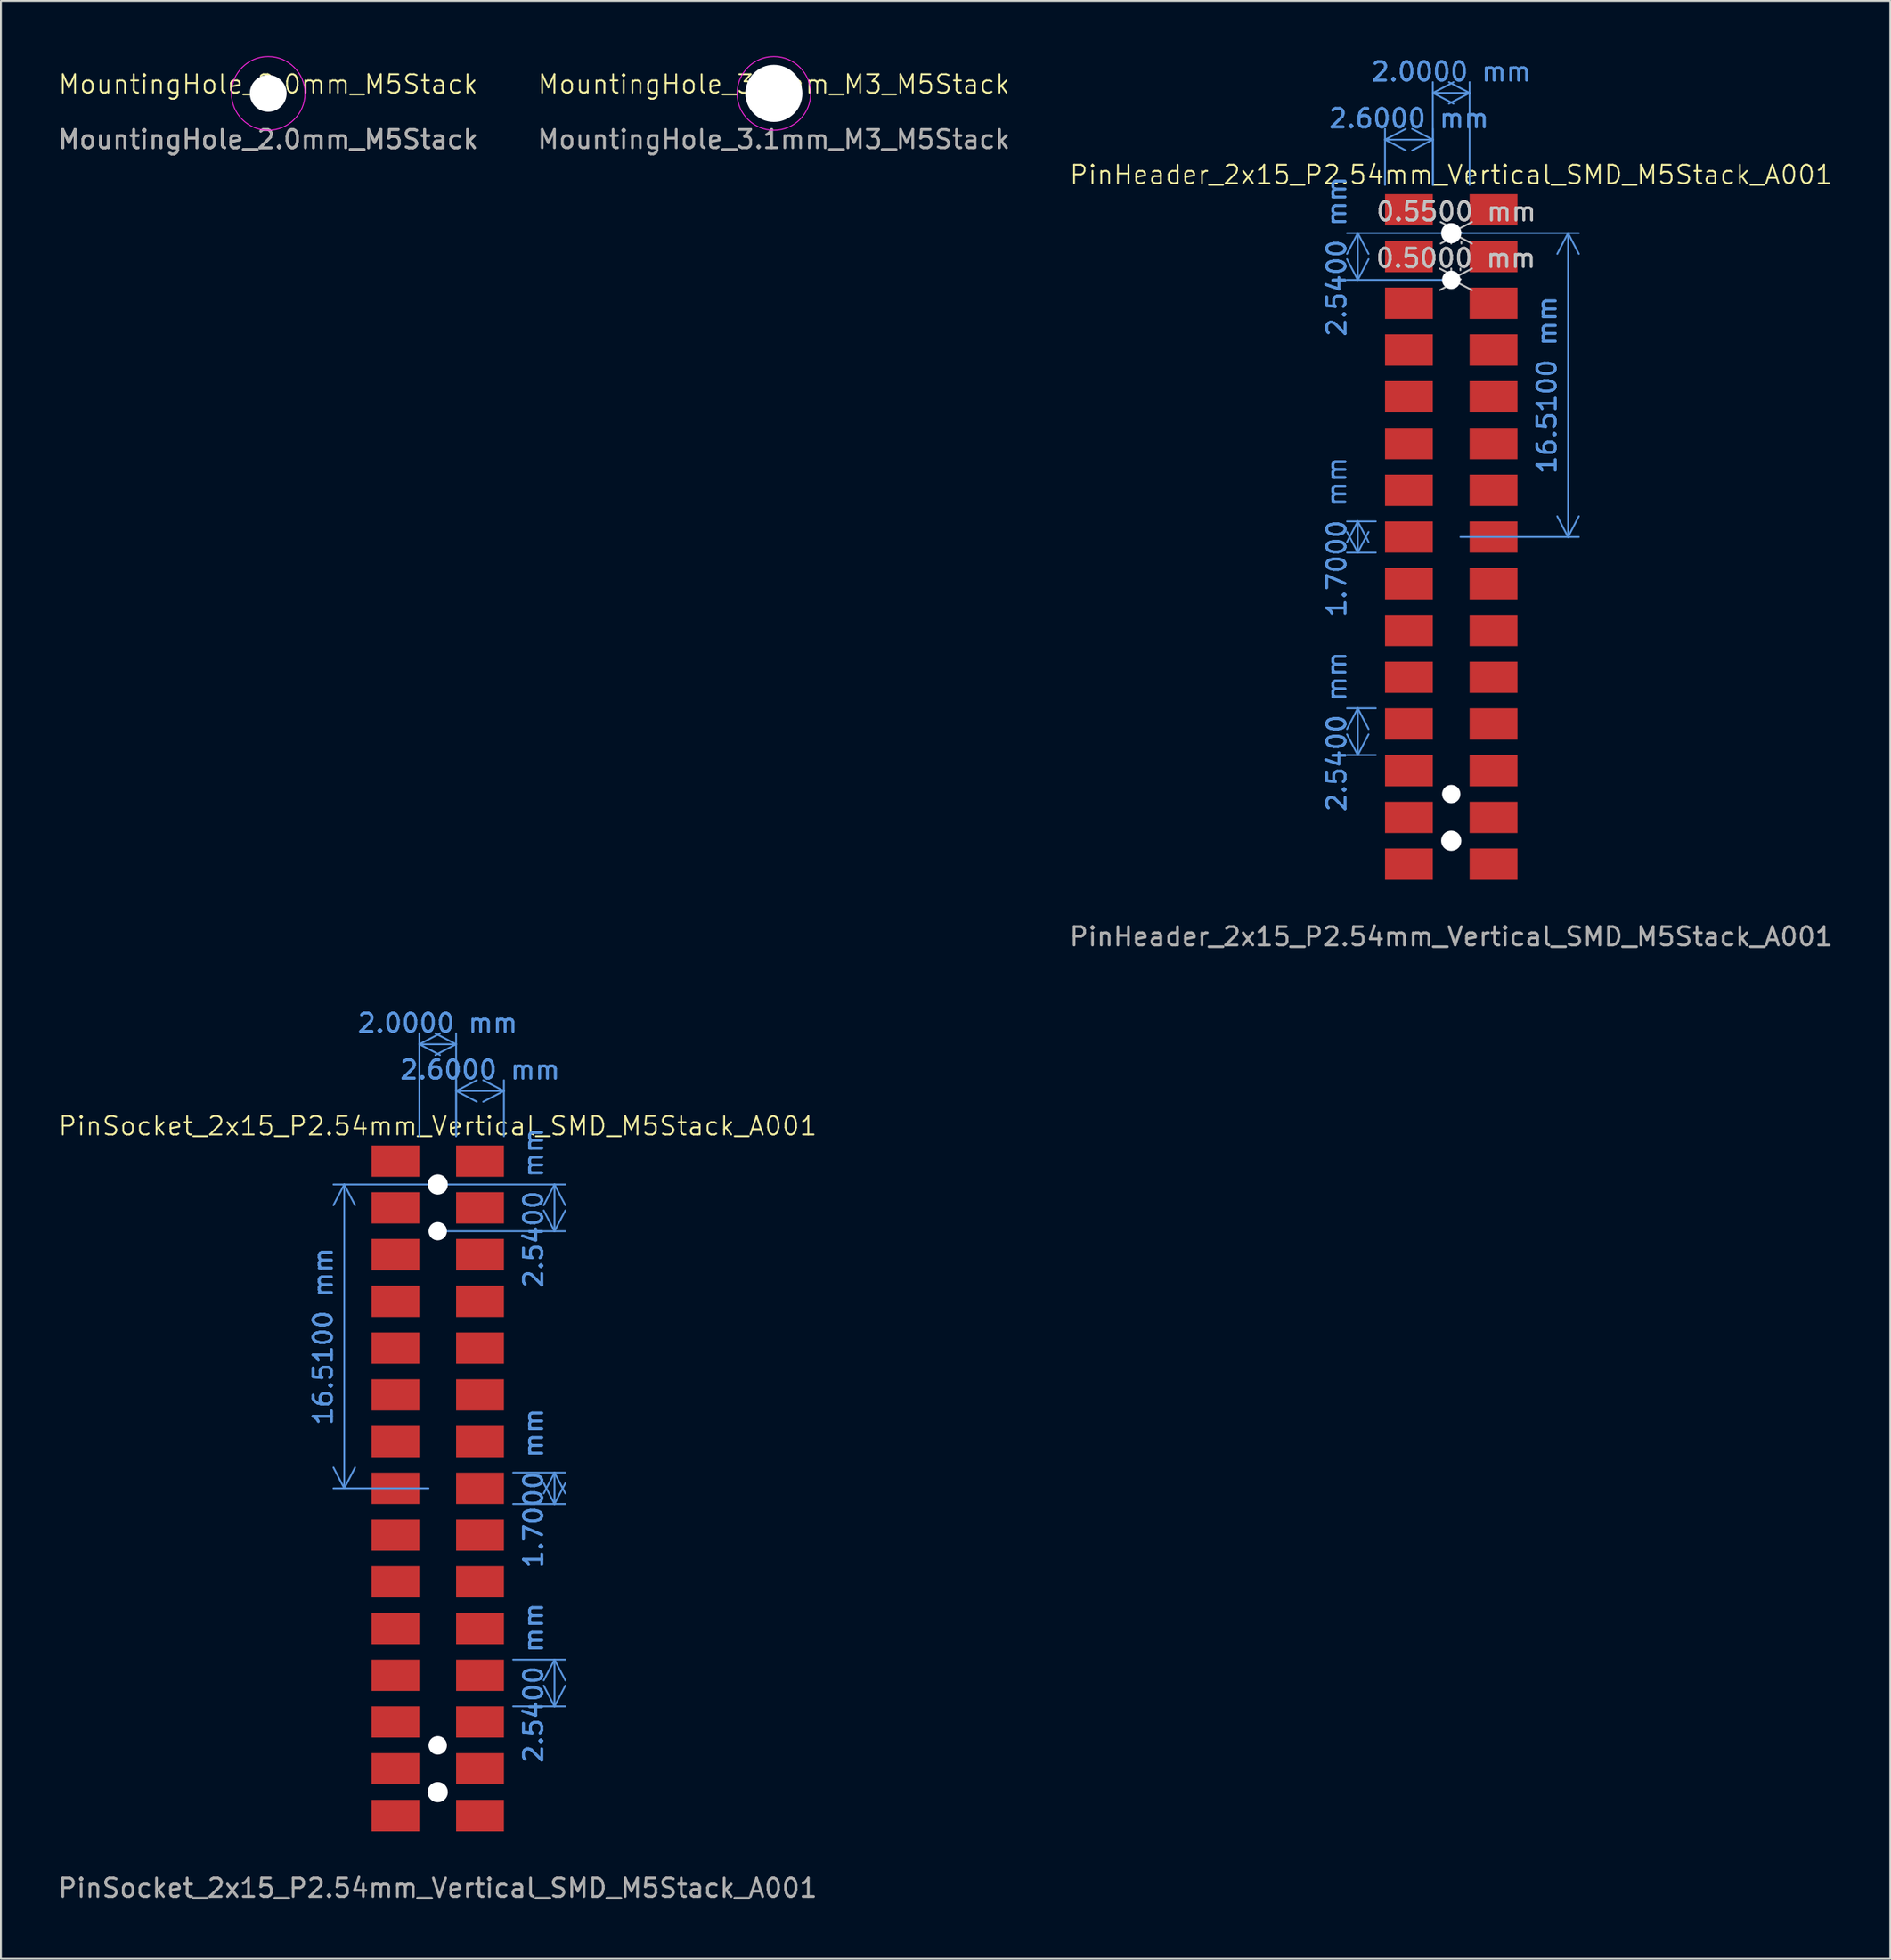
<source format=kicad_pcb>
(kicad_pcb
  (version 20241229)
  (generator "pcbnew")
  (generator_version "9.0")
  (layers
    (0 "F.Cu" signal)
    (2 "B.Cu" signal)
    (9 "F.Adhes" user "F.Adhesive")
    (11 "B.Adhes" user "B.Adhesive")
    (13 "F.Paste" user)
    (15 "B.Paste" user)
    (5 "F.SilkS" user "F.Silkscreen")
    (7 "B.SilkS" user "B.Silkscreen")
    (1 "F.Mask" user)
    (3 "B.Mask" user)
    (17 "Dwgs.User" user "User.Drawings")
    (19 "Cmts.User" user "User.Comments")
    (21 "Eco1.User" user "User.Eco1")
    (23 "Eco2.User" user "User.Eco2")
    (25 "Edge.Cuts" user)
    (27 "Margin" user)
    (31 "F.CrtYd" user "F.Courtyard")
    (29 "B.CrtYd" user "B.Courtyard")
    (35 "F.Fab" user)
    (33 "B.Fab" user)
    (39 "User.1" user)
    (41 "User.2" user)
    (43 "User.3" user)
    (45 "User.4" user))
  (footprint "MountingHole_2.0mm_M5Stack"
    (layer "F.Cu")
    (at 11.53 2.025)
    (property "Reference" "MountingHole_2.0mm_M5Stack" (at 0 -0.5 0) (unlocked yes) (layer "F.SilkS") (effects (font (size 1 1) (thickness 0.1))))
    (attr through_hole)
    (fp_circle (center 0 0) (end 0 0) (stroke (width 0.15) (type solid)) (fill no) (layer "Cmts.User"))
    (fp_circle (center 0 0) (end 2 0) (stroke (width 0.05) (type solid)) (fill no) (layer "F.CrtYd"))
    (fp_text user "${REFERENCE}" (at 0 2.5 0) (unlocked yes) (layer "F.Fab") (effects (font (size 1 1) (thickness 0.15))))
    (fp_text user "${REFERENCE}" (at 0 2.5 0) (unlocked yes) (layer "F.Fab") (effects (font (size 1 1) (thickness 0.15))))
    (pad "" np_thru_hole circle (at 0 0) (size 2 2) (drill 2) (layers "*.Cu" "*.Mask")))
  (footprint "PinSocket_2x15_P2.54mm_Vertical_SMD_M5Stack_A001"
    (layer "F.Cu")
    (at 20.744 77.822)
    (property "Reference" "PinSocket_2x15_P2.54mm_Vertical_SMD_M5Stack_A001" (at 0 -19.685 0) (unlocked yes) (layer "F.SilkS") (effects (font (size 1 1) (thickness 0.1))))
    (attr smd)
    (fp_text user "${REFERENCE}" (at 0 21.717 0) (unlocked yes) (layer "F.Fab") (effects (font (size 1 1) (thickness 0.15))))
    (dimension (type aligned) (layer "Cmts.User") (pts (xy 21.744 59.192) (xy 24.344 59.192)) (height -2.96) (format (prefix "") (suffix "") (units 3) (units_format 1) (precision 4)) (style (thickness 0.1) (arrow_length 1.27) (text_position_mode 0) (arrow_direction outward) (extension_height 0.586) (extension_offset 0.5) (keep_text_aligned yes)) (gr_text "2.6000 mm" (at 23.044 55.082 0) (layer "Cmts.User") (effects (font (size 1 1) (thickness 0.15)))))
    (dimension (type aligned) (layer "Cmts.User") (pts (xy 20.744 77.822) (xy 20.744 61.312)) (height -5.08) (format (prefix "") (suffix "") (units 3) (units_format 1) (precision 4)) (style (thickness 0.1) (arrow_length 1.27) (text_position_mode 0) (arrow_direction outward) (extension_height 0.586) (extension_offset 0.5) (keep_text_aligned yes)) (gr_text "16.5100 mm" (at 14.514 69.567 90) (layer "Cmts.User") (effects (font (size 1 1) (thickness 0.15)))))
    (dimension (type aligned) (layer "Cmts.User") (pts (xy 24.344 89.672) (xy 24.344 87.132)) (height 2.75) (format (prefix "") (suffix "") (units 3) (units_format 1) (precision 4)) (style (thickness 0.1) (arrow_length 1.27) (text_position_mode 0) (arrow_direction outward) (extension_height 0.586) (extension_offset 0.5) (keep_text_aligned yes)) (gr_text "2.5400 mm" (at 25.944 88.402 90) (layer "Cmts.User") (effects (font (size 1 1) (thickness 0.15)))))
    (dimension (type aligned) (layer "Cmts.User") (pts (xy 24.344 78.672) (xy 24.344 76.972)) (height 2.75) (format (prefix "") (suffix "") (units 3) (units_format 1) (precision 4)) (style (thickness 0.1) (arrow_length 1.27) (text_position_mode 0) (arrow_direction outward) (extension_height 0.586) (extension_offset 0.5) (keep_text_aligned yes)) (gr_text "1.7000 mm" (at 25.944 77.822 90) (layer "Cmts.User") (effects (font (size 1 1) (thickness 0.15)))))
    (dimension (type aligned) (layer "Cmts.User") (pts (xy 20.744 63.852) (xy 20.744 61.312)) (height 6.35) (format (prefix "") (suffix "") (units 3) (units_format 1) (precision 4)) (style (thickness 0.1) (arrow_length 1.27) (text_position_mode 0) (arrow_direction outward) (extension_height 0.586) (extension_offset 0.5) (keep_text_aligned yes)) (gr_text "2.5400 mm" (at 25.944 62.582 90) (layer "Cmts.User") (effects (font (size 1 1) (thickness 0.15)))))
    (dimension (type aligned) (layer "Cmts.User") (pts (xy 19.744 59.192) (xy 21.744 59.192)) (height -5.5) (format (prefix "") (suffix "") (units 3) (units_format 1) (precision 4)) (style (thickness 0.1) (arrow_length 1.27) (text_position_mode 0) (arrow_direction outward) (extension_height 0.586) (extension_offset 0.5) (keep_text_aligned yes)) (gr_text "2.0000 mm" (at 20.744 52.542 0) (layer "Cmts.User") (effects (font (size 1 1) (thickness 0.15)))))
    (pad "" np_thru_hole circle (at 0 -16.51 180) (size 1.1 1.1) (drill 1.1) (layers "*.Cu" "*.Mask"))
    (pad "" np_thru_hole circle (at 0 -13.97 180) (size 1 1) (drill 1) (layers "*.Cu" "*.Mask"))
    (pad "" np_thru_hole circle (at 0 13.97 180) (size 1 1) (drill 1) (layers "*.Cu" "*.Mask"))
    (pad "" np_thru_hole circle (at 0 16.51 180) (size 1.1 1.1) (drill 1.1) (layers "*.Cu" "*.Mask"))
    (pad "000" smd rect (at -2.3 -17.78) (size 2.6 1.7) (layers "F.Cu" "F.Mask" "F.Paste"))
    (pad "001" smd rect (at -2.3 -15.24) (size 2.6 1.7) (layers "F.Cu" "F.Mask" "F.Paste"))
    (pad "002" smd rect (at -2.3 -12.7) (size 2.6 1.7) (layers "F.Cu" "F.Mask" "F.Paste"))
    (pad "003" smd rect (at -2.3 -10.16) (size 2.6 1.7) (layers "F.Cu" "F.Mask" "F.Paste"))
    (pad "004" smd rect (at -2.3 -7.62) (size 2.6 1.7) (layers "F.Cu" "F.Mask" "F.Paste"))
    (pad "005" smd rect (at -2.3 -5.08) (size 2.6 1.7) (layers "F.Cu" "F.Mask" "F.Paste"))
    (pad "006" smd rect (at -2.3 -2.54) (size 2.6 1.7) (layers "F.Cu" "F.Mask" "F.Paste"))
    (pad "007" smd rect (at -2.3 0) (size 2.6 1.7) (layers "F.Cu" "F.Mask" "F.Paste"))
    (pad "008" smd rect (at -2.3 2.54) (size 2.6 1.7) (layers "F.Cu" "F.Mask" "F.Paste"))
    (pad "009" smd rect (at -2.3 5.08) (size 2.6 1.7) (layers "F.Cu" "F.Mask" "F.Paste"))
    (pad "010" smd rect (at -2.3 7.62) (size 2.6 1.7) (layers "F.Cu" "F.Mask" "F.Paste"))
    (pad "011" smd rect (at -2.3 10.16) (size 2.6 1.7) (layers "F.Cu" "F.Mask" "F.Paste"))
    (pad "012" smd rect (at -2.3 12.7) (size 2.6 1.7) (layers "F.Cu" "F.Mask" "F.Paste"))
    (pad "013" smd rect (at -2.3 15.24) (size 2.6 1.7) (layers "F.Cu" "F.Mask" "F.Paste"))
    (pad "014" smd rect (at -2.3 17.78) (size 2.6 1.7) (layers "F.Cu" "F.Mask" "F.Paste"))
    (pad "100" smd rect (at 2.3 -17.78 180) (size 2.6 1.7) (layers "F.Cu" "F.Mask" "F.Paste"))
    (pad "101" smd rect (at 2.3 -15.24 180) (size 2.6 1.7) (layers "F.Cu" "F.Mask" "F.Paste"))
    (pad "102" smd rect (at 2.3 -12.7 180) (size 2.6 1.7) (layers "F.Cu" "F.Mask" "F.Paste"))
    (pad "103" smd rect (at 2.3 -10.16 180) (size 2.6 1.7) (layers "F.Cu" "F.Mask" "F.Paste"))
    (pad "104" smd rect (at 2.3 -7.62 180) (size 2.6 1.7) (layers "F.Cu" "F.Mask" "F.Paste"))
    (pad "105" smd rect (at 2.3 -5.08 180) (size 2.6 1.7) (layers "F.Cu" "F.Mask" "F.Paste"))
    (pad "106" smd rect (at 2.3 -2.54 180) (size 2.6 1.7) (layers "F.Cu" "F.Mask" "F.Paste"))
    (pad "107" smd rect (at 2.3 0 180) (size 2.6 1.7) (layers "F.Cu" "F.Mask" "F.Paste"))
    (pad "108" smd rect (at 2.3 2.54 180) (size 2.6 1.7) (layers "F.Cu" "F.Mask" "F.Paste"))
    (pad "109" smd rect (at 2.3 5.08 180) (size 2.6 1.7) (layers "F.Cu" "F.Mask" "F.Paste"))
    (pad "110" smd rect (at 2.3 7.62 180) (size 2.6 1.7) (layers "F.Cu" "F.Mask" "F.Paste"))
    (pad "111" smd rect (at 2.3 10.16 180) (size 2.6 1.7) (layers "F.Cu" "F.Mask" "F.Paste"))
    (pad "112" smd rect (at 2.3 12.7 180) (size 2.6 1.7) (layers "F.Cu" "F.Mask" "F.Paste"))
    (pad "113" smd rect (at 2.3 15.24 180) (size 2.6 1.7) (layers "F.Cu" "F.Mask" "F.Paste"))
    (pad "114" smd rect (at 2.3 17.78 180) (size 2.6 1.7) (layers "F.Cu" "F.Mask" "F.Paste")))
  (footprint "MountingHole_3.1mm_M3_M5Stack"
    (layer "F.Cu")
    (at 39.018 2.025)
    (property "Reference" "MountingHole_3.1mm_M3_M5Stack" (at 0 -0.5 0) (unlocked yes) (layer "F.SilkS") (effects (font (size 1 1) (thickness 0.1))))
    (attr through_hole)
    (fp_circle (center 0 0) (end 0 0) (stroke (width 0.15) (type solid)) (fill no) (layer "Cmts.User"))
    (fp_circle (center 0 0) (end 2 0) (stroke (width 0.05) (type solid)) (fill no) (layer "F.CrtYd"))
    (fp_text user "${REFERENCE}" (at 0 2.5 0) (unlocked yes) (layer "F.Fab") (effects (font (size 1 1) (thickness 0.15))))
    (pad "" np_thru_hole circle (at 0 0) (size 3.1 3.1) (drill 3.1) (layers "*.Cu" "*.Mask")))
  (footprint "PinHeader_2x15_P2.54mm_Vertical_SMD_M5Stack_A001"
    (layer "F.Cu")
    (at 75.839 26.128)
    (property "Reference" "PinHeader_2x15_P2.54mm_Vertical_SMD_M5Stack_A001" (at 0 -19.685 0) (unlocked yes) (layer "F.SilkS") (effects (font (size 1 1) (thickness 0.1))))
    (attr smd)
    (fp_text user "${REFERENCE}" (at 0 21.717 0) (unlocked yes) (layer "F.Fab") (effects (font (size 1 1) (thickness 0.15))))
    (dimension (type aligned) (layer "Dwgs.User") (pts (xy 75.839 9.588) (xy 76.389 9.588)) (height 0.01) (format (prefix "") (suffix "") (units 3) (units_format 1) (precision 4)) (style (thickness 0.1) (arrow_length 1.27) (text_position_mode 0) (arrow_direction outward) (extension_height 0.586) (extension_offset 0.5) (keep_text_aligned yes)) (gr_text "0.5500 mm" (at 76.114 8.448 0) (layer "Dwgs.User") (effects (font (size 1 1) (thickness 0.15)))))
    (dimension (type aligned) (layer "Dwgs.User") (pts (xy 75.839 12.128) (xy 76.339 12.128)) (height 0) (format (prefix "") (suffix "") (units 3) (units_format 1) (precision 4)) (style (thickness 0.1) (arrow_length 1.27) (text_position_mode 0) (arrow_direction outward) (extension_height 0.586) (extension_offset 0.5) (keep_text_aligned yes)) (gr_text "0.5000 mm" (at 76.089 10.978 0) (layer "Dwgs.User") (effects (font (size 1 1) (thickness 0.15)))))
    (dimension (type aligned) (layer "Cmts.User") (pts (xy 72.239 37.978) (xy 72.239 35.438)) (height -1.48) (format (prefix "") (suffix "") (units 3) (units_format 1) (precision 4)) (style (thickness 0.1) (arrow_length 1.27) (text_position_mode 0) (arrow_direction outward) (extension_height 0.586) (extension_offset 0.5) (keep_text_aligned yes)) (gr_text "2.5400 mm" (at 69.609 36.708 90) (layer "Cmts.User") (effects (font (size 1 1) (thickness 0.15)))))
    (dimension (type aligned) (layer "Cmts.User") (pts (xy 72.239 26.978) (xy 72.239 25.278)) (height -1.48) (format (prefix "") (suffix "") (units 3) (units_format 1) (precision 4)) (style (thickness 0.1) (arrow_length 1.27) (text_position_mode 0) (arrow_direction outward) (extension_height 0.586) (extension_offset 0.5) (keep_text_aligned yes)) (gr_text "1.7000 mm" (at 69.609 26.128 90) (layer "Cmts.User") (effects (font (size 1 1) (thickness 0.15)))))
    (dimension (type aligned) (layer "Cmts.User") (pts (xy 75.839 12.158) (xy 75.839 9.618)) (height -5.08) (format (prefix "") (suffix "") (units 3) (units_format 1) (precision 4)) (style (thickness 0.1) (arrow_length 1.27) (text_position_mode 0) (arrow_direction outward) (extension_height 0.586) (extension_offset 0.5) (keep_text_aligned yes)) (gr_text "2.5400 mm" (at 69.609 10.888 90) (layer "Cmts.User") (effects (font (size 1 1) (thickness 0.15)))))
    (dimension (type aligned) (layer "Cmts.User") (pts (xy 75.839 26.128) (xy 75.839 9.618)) (height 6.35) (format (prefix "") (suffix "") (units 3) (units_format 1) (precision 4)) (style (thickness 0.1) (arrow_length 1.27) (text_position_mode 0) (arrow_direction outward) (extension_height 0.586) (extension_offset 0.5) (keep_text_aligned yes)) (gr_text "16.5100 mm" (at 81.039 17.873 90) (layer "Cmts.User") (effects (font (size 1 1) (thickness 0.15)))))
    (dimension (type aligned) (layer "Cmts.User") (pts (xy 72.239 7.498) (xy 74.839 7.498)) (height -2.96) (format (prefix "") (suffix "") (units 3) (units_format 1) (precision 4)) (style (thickness 0.1) (arrow_length 1.27) (text_position_mode 0) (arrow_direction outward) (extension_height 0.586) (extension_offset 0.5) (keep_text_aligned yes)) (gr_text "2.6000 mm" (at 73.539 3.388 0) (layer "Cmts.User") (effects (font (size 1 1) (thickness 0.15)))))
    (dimension (type aligned) (layer "Cmts.User") (pts (xy 74.839 7.498) (xy 76.839 7.498)) (height -5.5) (format (prefix "") (suffix "") (units 3) (units_format 1) (precision 4)) (style (thickness 0.1) (arrow_length 1.27) (text_position_mode 0) (arrow_direction outward) (extension_height 0.586) (extension_offset 0.5) (keep_text_aligned yes)) (gr_text "2.0000 mm" (at 75.839 0.848 0) (layer "Cmts.User") (effects (font (size 1 1) (thickness 0.15)))))
    (pad "" np_thru_hole circle (at 0 -16.51 180) (size 1.1 1.1) (drill 1.1) (layers "*.Cu" "*.Mask"))
    (pad "" np_thru_hole circle (at 0 -13.97 180) (size 1 1) (drill 1) (layers "*.Cu" "*.Mask"))
    (pad "" np_thru_hole circle (at 0 13.97 180) (size 1 1) (drill 1) (layers "*.Cu" "*.Mask"))
    (pad "" np_thru_hole circle (at 0 16.51 180) (size 1.1 1.1) (drill 1.1) (layers "*.Cu" "*.Mask"))
    (pad "000" smd rect (at 2.3 -17.78 180) (size 2.6 1.7) (layers "F.Cu" "F.Mask" "F.Paste"))
    (pad "001" smd rect (at 2.3 -15.24 180) (size 2.6 1.7) (layers "F.Cu" "F.Mask" "F.Paste"))
    (pad "002" smd rect (at 2.3 -12.7 180) (size 2.6 1.7) (layers "F.Cu" "F.Mask" "F.Paste"))
    (pad "003" smd rect (at 2.3 -10.16 180) (size 2.6 1.7) (layers "F.Cu" "F.Mask" "F.Paste"))
    (pad "004" smd rect (at 2.3 -7.62 180) (size 2.6 1.7) (layers "F.Cu" "F.Mask" "F.Paste"))
    (pad "005" smd rect (at 2.3 -5.08 180) (size 2.6 1.7) (layers "F.Cu" "F.Mask" "F.Paste"))
    (pad "006" smd rect (at 2.3 -2.54 180) (size 2.6 1.7) (layers "F.Cu" "F.Mask" "F.Paste"))
    (pad "007" smd rect (at 2.3 0 180) (size 2.6 1.7) (layers "F.Cu" "F.Mask" "F.Paste"))
    (pad "008" smd rect (at 2.3 2.54 180) (size 2.6 1.7) (layers "F.Cu" "F.Mask" "F.Paste"))
    (pad "009" smd rect (at 2.3 5.08 180) (size 2.6 1.7) (layers "F.Cu" "F.Mask" "F.Paste"))
    (pad "010" smd rect (at 2.3 7.62 180) (size 2.6 1.7) (layers "F.Cu" "F.Mask" "F.Paste"))
    (pad "011" smd rect (at 2.3 10.16 180) (size 2.6 1.7) (layers "F.Cu" "F.Mask" "F.Paste"))
    (pad "012" smd rect (at 2.3 12.7 180) (size 2.6 1.7) (layers "F.Cu" "F.Mask" "F.Paste"))
    (pad "013" smd rect (at 2.3 15.24 180) (size 2.6 1.7) (layers "F.Cu" "F.Mask" "F.Paste"))
    (pad "014" smd rect (at 2.3 17.78 180) (size 2.6 1.7) (layers "F.Cu" "F.Mask" "F.Paste"))
    (pad "100" smd rect (at -2.3 -17.78) (size 2.6 1.7) (layers "F.Cu" "F.Mask" "F.Paste"))
    (pad "101" smd rect (at -2.3 -15.24) (size 2.6 1.7) (layers "F.Cu" "F.Mask" "F.Paste"))
    (pad "102" smd rect (at -2.3 -12.7) (size 2.6 1.7) (layers "F.Cu" "F.Mask" "F.Paste"))
    (pad "103" smd rect (at -2.3 -10.16) (size 2.6 1.7) (layers "F.Cu" "F.Mask" "F.Paste"))
    (pad "104" smd rect (at -2.3 -7.62) (size 2.6 1.7) (layers "F.Cu" "F.Mask" "F.Paste"))
    (pad "105" smd rect (at -2.3 -5.08) (size 2.6 1.7) (layers "F.Cu" "F.Mask" "F.Paste"))
    (pad "106" smd rect (at -2.3 -2.54) (size 2.6 1.7) (layers "F.Cu" "F.Mask" "F.Paste"))
    (pad "107" smd rect (at -2.3 0) (size 2.6 1.7) (layers "F.Cu" "F.Mask" "F.Paste"))
    (pad "108" smd rect (at -2.3 2.54) (size 2.6 1.7) (layers "F.Cu" "F.Mask" "F.Paste"))
    (pad "109" smd rect (at -2.3 5.08) (size 2.6 1.7) (layers "F.Cu" "F.Mask" "F.Paste"))
    (pad "110" smd rect (at -2.3 7.62) (size 2.6 1.7) (layers "F.Cu" "F.Mask" "F.Paste"))
    (pad "111" smd rect (at -2.3 10.16) (size 2.6 1.7) (layers "F.Cu" "F.Mask" "F.Paste"))
    (pad "112" smd rect (at -2.3 12.7) (size 2.6 1.7) (layers "F.Cu" "F.Mask" "F.Paste"))
    (pad "113" smd rect (at -2.3 15.24) (size 2.6 1.7) (layers "F.Cu" "F.Mask" "F.Paste"))
    (pad "114" smd rect (at -2.3 17.78) (size 2.6 1.7) (layers "F.Cu" "F.Mask" "F.Paste")))
  (gr_rect
    (start -3 -3)
    (end 99.702 103.387)
    (stroke (width 0.1) (type default))
    (fill no)
    (layer "Edge.Cuts")))
</source>
